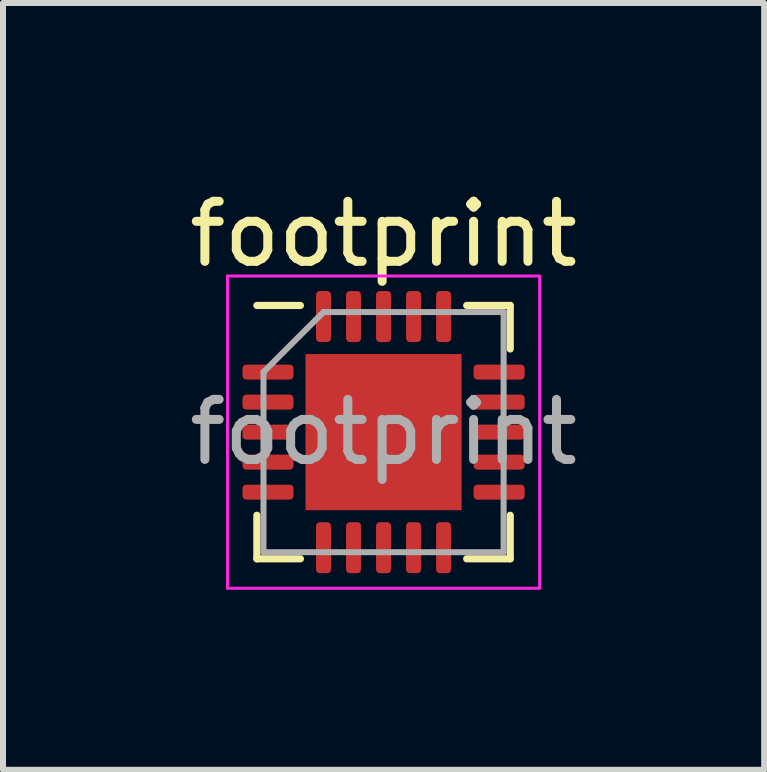
<source format=kicad_pcb>
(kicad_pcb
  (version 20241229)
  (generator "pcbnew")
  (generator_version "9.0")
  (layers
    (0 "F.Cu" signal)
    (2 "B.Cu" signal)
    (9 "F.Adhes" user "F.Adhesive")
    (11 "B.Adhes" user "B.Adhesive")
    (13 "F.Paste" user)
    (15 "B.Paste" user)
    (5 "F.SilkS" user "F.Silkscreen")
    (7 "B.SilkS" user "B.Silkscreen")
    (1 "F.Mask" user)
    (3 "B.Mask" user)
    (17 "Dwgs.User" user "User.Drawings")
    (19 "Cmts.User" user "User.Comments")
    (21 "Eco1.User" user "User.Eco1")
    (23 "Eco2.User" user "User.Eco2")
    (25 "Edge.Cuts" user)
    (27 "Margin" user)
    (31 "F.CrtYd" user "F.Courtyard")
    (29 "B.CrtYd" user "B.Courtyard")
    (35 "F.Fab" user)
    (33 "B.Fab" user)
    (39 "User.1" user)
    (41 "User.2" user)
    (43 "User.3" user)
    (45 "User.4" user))
  (footprint "footprint"
    (layer "F.Cu")
    (at 3.339 4.148)
    (property "Reference" "footprint" (at 0 -3.3 0) (layer "F.SilkS") (effects (font (size 1 1) (thickness 0.15))))
    (attr smd)
    (fp_line (start -2.11 2.11) (end -2.11 1.385) (stroke (width 0.12) (type solid)) (layer "F.SilkS"))
    (fp_line (start -1.385 -2.11) (end -2.11 -2.11) (stroke (width 0.12) (type solid)) (layer "F.SilkS"))
    (fp_line (start -1.385 2.11) (end -2.11 2.11) (stroke (width 0.12) (type solid)) (layer "F.SilkS"))
    (fp_line (start 1.385 -2.11) (end 2.11 -2.11) (stroke (width 0.12) (type solid)) (layer "F.SilkS"))
    (fp_line (start 1.385 2.11) (end 2.11 2.11) (stroke (width 0.12) (type solid)) (layer "F.SilkS"))
    (fp_line (start 2.11 -2.11) (end 2.11 -1.385) (stroke (width 0.12) (type solid)) (layer "F.SilkS"))
    (fp_line (start 2.11 2.11) (end 2.11 1.385) (stroke (width 0.12) (type solid)) (layer "F.SilkS"))
    (fp_line (start -2.6 -2.6) (end -2.6 2.6) (stroke (width 0.05) (type solid)) (layer "F.CrtYd"))
    (fp_line (start -2.6 2.6) (end 2.6 2.6) (stroke (width 0.05) (type solid)) (layer "F.CrtYd"))
    (fp_line (start 2.6 -2.6) (end -2.6 -2.6) (stroke (width 0.05) (type solid)) (layer "F.CrtYd"))
    (fp_line (start 2.6 2.6) (end 2.6 -2.6) (stroke (width 0.05) (type solid)) (layer "F.CrtYd"))
    (fp_line (start -2 -1) (end -1 -2) (stroke (width 0.1) (type solid)) (layer "F.Fab"))
    (fp_line (start -2 2) (end -2 -1) (stroke (width 0.1) (type solid)) (layer "F.Fab"))
    (fp_line (start -1 -2) (end 2 -2) (stroke (width 0.1) (type solid)) (layer "F.Fab"))
    (fp_line (start 2 -2) (end 2 2) (stroke (width 0.1) (type solid)) (layer "F.Fab"))
    (fp_line (start 2 2) (end -2 2) (stroke (width 0.1) (type solid)) (layer "F.Fab"))
    (fp_text user "${REFERENCE}" (at 0 0 0) (layer "F.Fab") (effects (font (size 1 1) (thickness 0.15))))
    (pad "" smd roundrect (at -0.65 -0.65) (size 1.05 1.05) (layers "F.Paste") (roundrect_rratio 0.238))
    (pad "" smd roundrect (at -0.65 0.65) (size 1.05 1.05) (layers "F.Paste") (roundrect_rratio 0.238))
    (pad "" smd roundrect (at 0.65 -0.65) (size 1.05 1.05) (layers "F.Paste") (roundrect_rratio 0.238))
    (pad "" smd roundrect (at 0.65 0.65) (size 1.05 1.05) (layers "F.Paste") (roundrect_rratio 0.238))
    (pad "1" smd roundrect (at -1.925 -1) (size 0.85 0.25) (layers "F.Cu" "F.Mask" "F.Paste") (roundrect_rratio 0.25))
    (pad "2" smd roundrect (at -1.925 -0.5) (size 0.85 0.25) (layers "F.Cu" "F.Mask" "F.Paste") (roundrect_rratio 0.25))
    (pad "3" smd roundrect (at -1.925 0) (size 0.85 0.25) (layers "F.Cu" "F.Mask" "F.Paste") (roundrect_rratio 0.25))
    (pad "4" smd roundrect (at -1.925 0.5) (size 0.85 0.25) (layers "F.Cu" "F.Mask" "F.Paste") (roundrect_rratio 0.25))
    (pad "5" smd roundrect (at -1.925 1) (size 0.85 0.25) (layers "F.Cu" "F.Mask" "F.Paste") (roundrect_rratio 0.25))
    (pad "6" smd roundrect (at -1 1.925) (size 0.25 0.85) (layers "F.Cu" "F.Mask" "F.Paste") (roundrect_rratio 0.25))
    (pad "7" smd roundrect (at -0.5 1.925) (size 0.25 0.85) (layers "F.Cu" "F.Mask" "F.Paste") (roundrect_rratio 0.25))
    (pad "8" smd roundrect (at 0 1.925) (size 0.25 0.85) (layers "F.Cu" "F.Mask" "F.Paste") (roundrect_rratio 0.25))
    (pad "9" smd roundrect (at 0.5 1.925) (size 0.25 0.85) (layers "F.Cu" "F.Mask" "F.Paste") (roundrect_rratio 0.25))
    (pad "10" smd roundrect (at 1 1.925) (size 0.25 0.85) (layers "F.Cu" "F.Mask" "F.Paste") (roundrect_rratio 0.25))
    (pad "11" smd roundrect (at 1.925 1) (size 0.85 0.25) (layers "F.Cu" "F.Mask" "F.Paste") (roundrect_rratio 0.25))
    (pad "12" smd roundrect (at 1.925 0.5) (size 0.85 0.25) (layers "F.Cu" "F.Mask" "F.Paste") (roundrect_rratio 0.25))
    (pad "13" smd roundrect (at 1.925 0) (size 0.85 0.25) (layers "F.Cu" "F.Mask" "F.Paste") (roundrect_rratio 0.25))
    (pad "14" smd roundrect (at 1.925 -0.5) (size 0.85 0.25) (layers "F.Cu" "F.Mask" "F.Paste") (roundrect_rratio 0.25))
    (pad "15" smd roundrect (at 1.925 -1) (size 0.85 0.25) (layers "F.Cu" "F.Mask" "F.Paste") (roundrect_rratio 0.25))
    (pad "16" smd roundrect (at 1 -1.925) (size 0.25 0.85) (layers "F.Cu" "F.Mask" "F.Paste") (roundrect_rratio 0.25))
    (pad "17" smd roundrect (at 0.5 -1.925) (size 0.25 0.85) (layers "F.Cu" "F.Mask" "F.Paste") (roundrect_rratio 0.25))
    (pad "18" smd roundrect (at 0 -1.925) (size 0.25 0.85) (layers "F.Cu" "F.Mask" "F.Paste") (roundrect_rratio 0.25))
    (pad "19" smd roundrect (at -0.5 -1.925) (size 0.25 0.85) (layers "F.Cu" "F.Mask" "F.Paste") (roundrect_rratio 0.25))
    (pad "20" smd roundrect (at -1 -1.925) (size 0.25 0.85) (layers "F.Cu" "F.Mask" "F.Paste") (roundrect_rratio 0.25))
    (pad "21" smd rect (at 0 0) (size 2.6 2.6) (layers "F.Cu" "F.Mask")))
  (gr_rect
    (start -3 -3)
    (end 9.679 9.773)
    (stroke (width 0.1) (type default))
    (fill no)
    (layer "Edge.Cuts")))
</source>
